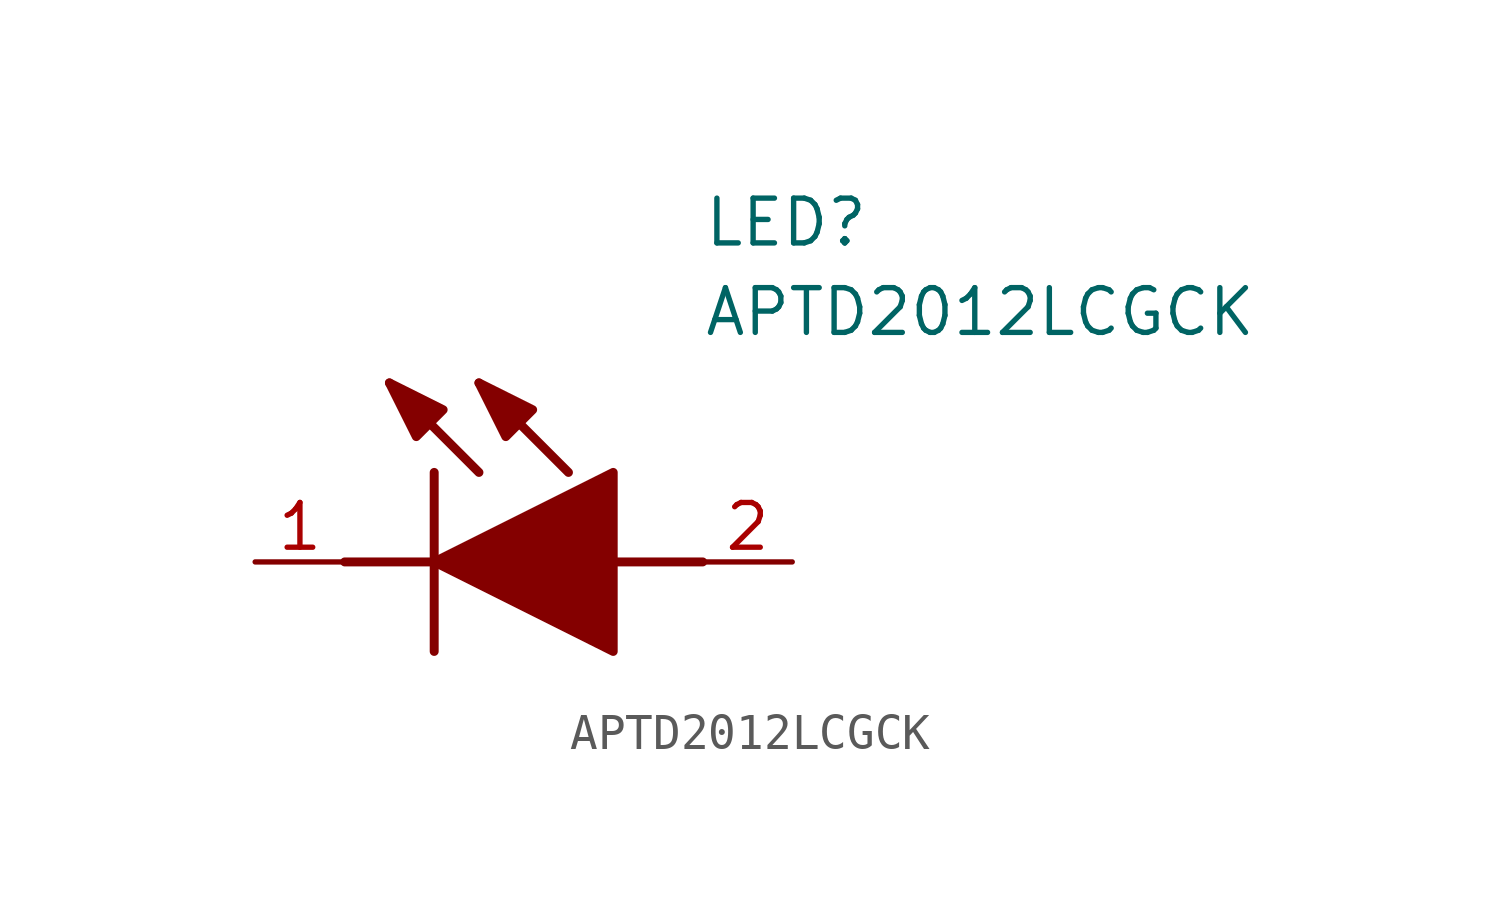
<source format=kicad_sym>
(kicad_symbol_lib
  (version 20211014)
  (generator SamacSys_ECAD_Model)
  (symbol "APTD2012LCGCK"
    (pin_names hide)
    (property "Reference" "LED"
      (at 12.7 8.89 0)
      (effects (font (size 1.27 1.27)) (justify left bottom)))
    (property "Value" "APTD2012LCGCK"
      (at 12.7 6.35 0)
      (effects (font (size 1.27 1.27)) (justify left bottom)))
    (polyline
      (pts (xy 5.08 2.54) (xy 5.08 -2.54))
      (stroke (width 0.254) (type default))
      (fill (type none)))
    (polyline
      (pts (xy 6.35 2.54) (xy 3.81 5.08))
      (stroke (width 0.254) (type default))
      (fill (type none)))
    (polyline
      (pts (xy 8.89 2.54) (xy 6.35 5.08))
      (stroke (width 0.254) (type default))
      (fill (type none)))
    (polyline
      (pts (xy 2.54 0) (xy 5.08 0))
      (stroke (width 0.254) (type default))
      (fill (type none)))
    (polyline
      (pts (xy 10.16 0) (xy 12.7 0))
      (stroke (width 0.254) (type default))
      (fill (type none)))
    (polyline
      (pts (xy 5.08 0) (xy 10.16 2.54) (xy 10.16 -2.54) (xy 5.08 0))
      (stroke (width 0.254) (type default))
      (fill (type outline)))
    (polyline
      (pts (xy 5.334 4.318) (xy 4.572 3.556) (xy 3.81 5.08) (xy 5.334 4.318))
      (stroke (width 0.254) (type default))
      (fill (type outline)))
    (polyline
      (pts (xy 7.874 4.318) (xy 7.112 3.556) (xy 6.35 5.08) (xy 7.874 4.318))
      (stroke (width 0.254) (type default))
      (fill (type outline)))
    (pin passive line
      (at 0 0 0)
      (length 2.54)
      (name "K" (effects (font (size 1.27 1.27))))
      (number "1" (effects (font (size 1.27 1.27)))))
    (pin passive line
      (at 15.24 0 180)
      (length 2.54)
      (name "A" (effects (font (size 1.27 1.27))))
      (number "2" (effects (font (size 1.27 1.27)))))))
</source>
